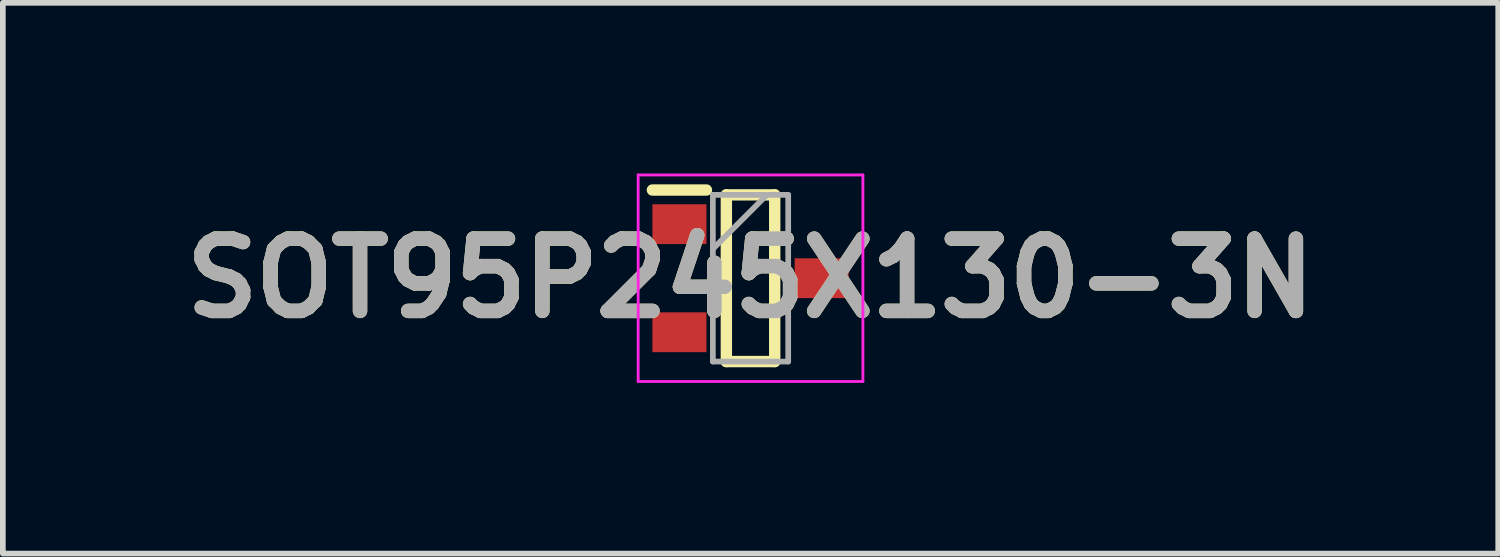
<source format=kicad_pcb>
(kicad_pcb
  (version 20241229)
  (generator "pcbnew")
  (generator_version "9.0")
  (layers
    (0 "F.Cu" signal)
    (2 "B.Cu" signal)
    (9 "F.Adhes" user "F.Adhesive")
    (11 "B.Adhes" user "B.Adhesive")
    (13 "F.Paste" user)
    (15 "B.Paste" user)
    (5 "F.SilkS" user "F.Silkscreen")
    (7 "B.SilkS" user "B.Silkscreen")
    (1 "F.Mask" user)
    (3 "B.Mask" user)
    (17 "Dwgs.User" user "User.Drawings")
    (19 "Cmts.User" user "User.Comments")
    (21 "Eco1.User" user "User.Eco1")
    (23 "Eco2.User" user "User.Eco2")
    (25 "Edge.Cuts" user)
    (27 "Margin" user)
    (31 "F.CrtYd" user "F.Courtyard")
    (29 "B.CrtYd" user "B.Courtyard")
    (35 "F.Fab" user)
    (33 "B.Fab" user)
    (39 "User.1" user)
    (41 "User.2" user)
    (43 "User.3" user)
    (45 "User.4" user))
  (footprint "SOT95P245X130-3N"
    (layer "F.Cu")
    (at 10.142 1.84)
    (property "Reference" "SOT95P245X130-3N" (at 0 0 0) (layer "F.SilkS") (effects (font (size 1.27 1.27) (thickness 0.254))))
    (attr smd)
    (fp_line (start -1.725 -1.55) (end -0.775 -1.55) (stroke (width 0.2) (type solid)) (layer "F.SilkS"))
    (fp_line (start -0.425 -1.465) (end 0.425 -1.465) (stroke (width 0.2) (type solid)) (layer "F.SilkS"))
    (fp_line (start -0.425 1.465) (end -0.425 -1.465) (stroke (width 0.2) (type solid)) (layer "F.SilkS"))
    (fp_line (start 0.425 -1.465) (end 0.425 1.465) (stroke (width 0.2) (type solid)) (layer "F.SilkS"))
    (fp_line (start 0.425 1.465) (end -0.425 1.465) (stroke (width 0.2) (type solid)) (layer "F.SilkS"))
    (fp_line (start -1.975 -1.815) (end 1.975 -1.815) (stroke (width 0.05) (type solid)) (layer "F.CrtYd"))
    (fp_line (start -1.975 1.815) (end -1.975 -1.815) (stroke (width 0.05) (type solid)) (layer "F.CrtYd"))
    (fp_line (start 1.975 -1.815) (end 1.975 1.815) (stroke (width 0.05) (type solid)) (layer "F.CrtYd"))
    (fp_line (start 1.975 1.815) (end -1.975 1.815) (stroke (width 0.05) (type solid)) (layer "F.CrtYd"))
    (fp_line (start -0.662 -1.465) (end 0.662 -1.465) (stroke (width 0.1) (type solid)) (layer "F.Fab"))
    (fp_line (start -0.662 -0.515) (end 0.288 -1.465) (stroke (width 0.1) (type solid)) (layer "F.Fab"))
    (fp_line (start -0.662 1.465) (end -0.662 -1.465) (stroke (width 0.1) (type solid)) (layer "F.Fab"))
    (fp_line (start 0.662 -1.465) (end 0.662 1.465) (stroke (width 0.1) (type solid)) (layer "F.Fab"))
    (fp_line (start 0.662 1.465) (end -0.662 1.465) (stroke (width 0.1) (type solid)) (layer "F.Fab"))
    (fp_text user "${REFERENCE}" (at 0 0 0) (layer "F.Fab") (effects (font (size 1.27 1.27) (thickness 0.254))))
    (pad "1" smd rect (at -1.25 -0.95 90) (size 0.7 0.95) (layers "F.Cu" "F.Mask" "F.Paste"))
    (pad "2" smd rect (at -1.25 0.95 90) (size 0.7 0.95) (layers "F.Cu" "F.Mask" "F.Paste"))
    (pad "3" smd rect (at 1.25 0 90) (size 0.7 0.95) (layers "F.Cu" "F.Mask" "F.Paste")))
  (gr_rect
    (start -3 -3)
    (end 23.284 6.68)
    (stroke (width 0.1) (type default))
    (fill no)
    (layer "Edge.Cuts")))
</source>
